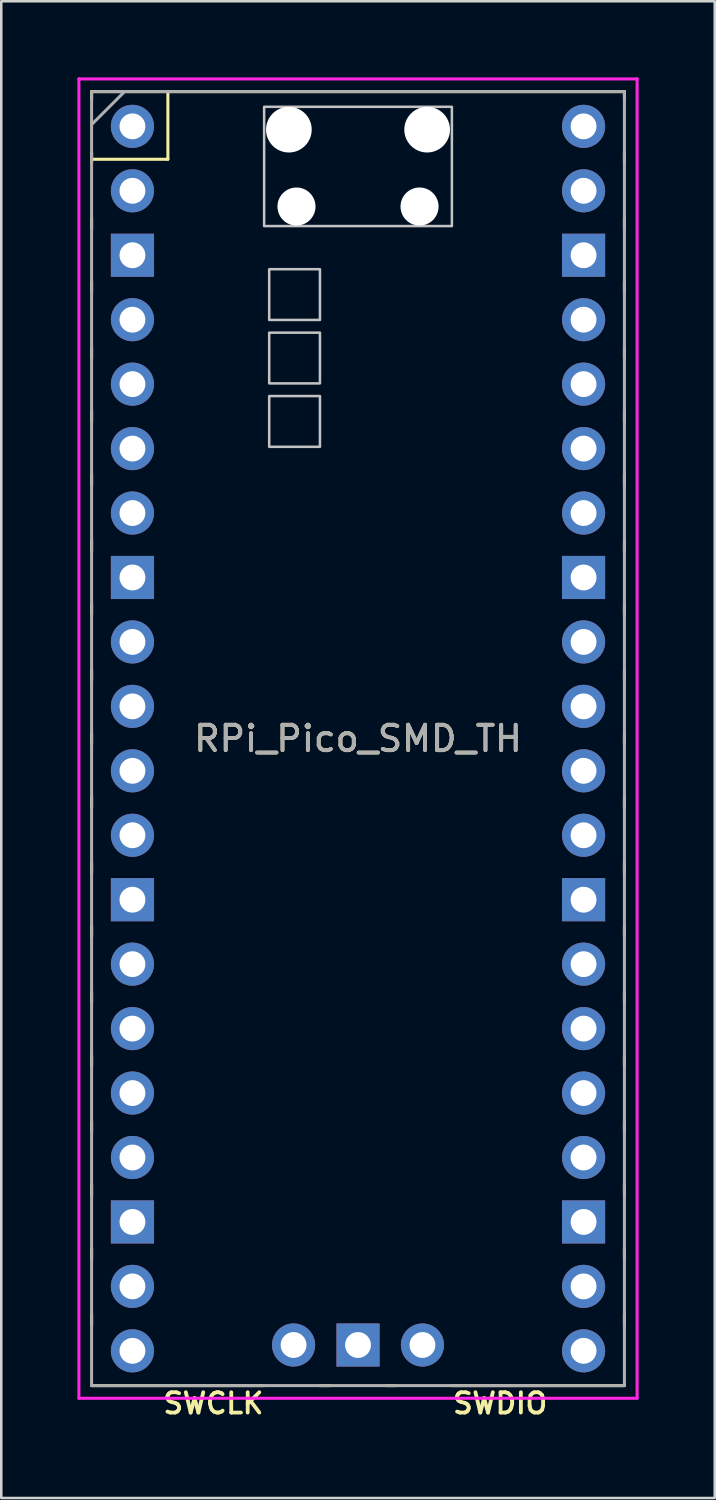
<source format=kicad_pcb>
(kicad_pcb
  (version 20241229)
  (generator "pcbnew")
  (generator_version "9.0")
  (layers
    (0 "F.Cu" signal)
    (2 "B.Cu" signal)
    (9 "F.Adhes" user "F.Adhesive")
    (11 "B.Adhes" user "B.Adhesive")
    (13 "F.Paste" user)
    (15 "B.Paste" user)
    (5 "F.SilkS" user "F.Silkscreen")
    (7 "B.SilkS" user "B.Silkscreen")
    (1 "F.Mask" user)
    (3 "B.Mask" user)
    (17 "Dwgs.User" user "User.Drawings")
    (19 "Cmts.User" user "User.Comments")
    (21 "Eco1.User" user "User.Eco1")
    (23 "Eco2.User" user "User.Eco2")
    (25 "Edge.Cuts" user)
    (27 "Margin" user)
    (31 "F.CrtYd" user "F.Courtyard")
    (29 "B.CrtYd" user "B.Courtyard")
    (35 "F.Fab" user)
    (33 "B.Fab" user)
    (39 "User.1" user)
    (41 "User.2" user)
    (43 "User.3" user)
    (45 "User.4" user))
  (footprint "RPi_Pico_SMD_TH"
    (layer "F.Cu")
    (at 11.06 26.06)
    (property "Reference" "RPi_Pico_SMD_TH" (at 0 0 0) (layer "F.SilkS") (effects (font (size 1 1) (thickness 0.15))))
    (attr through_hole)
    (fp_line (start -10.5 -25.5) (end -10.5 -25.2) (stroke (width 0.12) (type solid)) (layer "F.SilkS"))
    (fp_line (start -10.5 -25.5) (end 10.5 -25.5) (stroke (width 0.12) (type solid)) (layer "F.SilkS"))
    (fp_line (start -10.5 -23.1) (end -10.5 -22.7) (stroke (width 0.12) (type solid)) (layer "F.SilkS"))
    (fp_line (start -10.5 -22.833) (end -7.493 -22.833) (stroke (width 0.12) (type solid)) (layer "F.SilkS"))
    (fp_line (start -10.5 -20.5) (end -10.5 -20.1) (stroke (width 0.12) (type solid)) (layer "F.SilkS"))
    (fp_line (start -10.5 -18) (end -10.5 -17.6) (stroke (width 0.12) (type solid)) (layer "F.SilkS"))
    (fp_line (start -10.5 -15.4) (end -10.5 -15) (stroke (width 0.12) (type solid)) (layer "F.SilkS"))
    (fp_line (start -10.5 -12.9) (end -10.5 -12.5) (stroke (width 0.12) (type solid)) (layer "F.SilkS"))
    (fp_line (start -10.5 -10.4) (end -10.5 -10) (stroke (width 0.12) (type solid)) (layer "F.SilkS"))
    (fp_line (start -10.5 -7.8) (end -10.5 -7.4) (stroke (width 0.12) (type solid)) (layer "F.SilkS"))
    (fp_line (start -10.5 -5.3) (end -10.5 -4.9) (stroke (width 0.12) (type solid)) (layer "F.SilkS"))
    (fp_line (start -10.5 -2.7) (end -10.5 -2.3) (stroke (width 0.12) (type solid)) (layer "F.SilkS"))
    (fp_line (start -10.5 -0.2) (end -10.5 0.2) (stroke (width 0.12) (type solid)) (layer "F.SilkS"))
    (fp_line (start -10.5 2.3) (end -10.5 2.7) (stroke (width 0.12) (type solid)) (layer "F.SilkS"))
    (fp_line (start -10.5 4.9) (end -10.5 5.3) (stroke (width 0.12) (type solid)) (layer "F.SilkS"))
    (fp_line (start -10.5 7.4) (end -10.5 7.8) (stroke (width 0.12) (type solid)) (layer "F.SilkS"))
    (fp_line (start -10.5 10) (end -10.5 10.4) (stroke (width 0.12) (type solid)) (layer "F.SilkS"))
    (fp_line (start -10.5 12.5) (end -10.5 12.9) (stroke (width 0.12) (type solid)) (layer "F.SilkS"))
    (fp_line (start -10.5 15.1) (end -10.5 15.5) (stroke (width 0.12) (type solid)) (layer "F.SilkS"))
    (fp_line (start -10.5 17.6) (end -10.5 18) (stroke (width 0.12) (type solid)) (layer "F.SilkS"))
    (fp_line (start -10.5 20.1) (end -10.5 20.5) (stroke (width 0.12) (type solid)) (layer "F.SilkS"))
    (fp_line (start -10.5 22.7) (end -10.5 23.1) (stroke (width 0.12) (type solid)) (layer "F.SilkS"))
    (fp_line (start -7.493 -22.833) (end -7.493 -25.5) (stroke (width 0.12) (type solid)) (layer "F.SilkS"))
    (fp_line (start -3.7 25.5) (end -10.5 25.5) (stroke (width 0.12) (type solid)) (layer "F.SilkS"))
    (fp_line (start -1.5 25.5) (end -1.1 25.5) (stroke (width 0.12) (type solid)) (layer "F.SilkS"))
    (fp_line (start 1.1 25.5) (end 1.5 25.5) (stroke (width 0.12) (type solid)) (layer "F.SilkS"))
    (fp_line (start 10.5 -25.5) (end 10.5 -25.2) (stroke (width 0.12) (type solid)) (layer "F.SilkS"))
    (fp_line (start 10.5 -23.1) (end 10.5 -22.7) (stroke (width 0.12) (type solid)) (layer "F.SilkS"))
    (fp_line (start 10.5 -20.5) (end 10.5 -20.1) (stroke (width 0.12) (type solid)) (layer "F.SilkS"))
    (fp_line (start 10.5 -18) (end 10.5 -17.6) (stroke (width 0.12) (type solid)) (layer "F.SilkS"))
    (fp_line (start 10.5 -15.4) (end 10.5 -15) (stroke (width 0.12) (type solid)) (layer "F.SilkS"))
    (fp_line (start 10.5 -12.9) (end 10.5 -12.5) (stroke (width 0.12) (type solid)) (layer "F.SilkS"))
    (fp_line (start 10.5 -10.4) (end 10.5 -10) (stroke (width 0.12) (type solid)) (layer "F.SilkS"))
    (fp_line (start 10.5 -7.8) (end 10.5 -7.4) (stroke (width 0.12) (type solid)) (layer "F.SilkS"))
    (fp_line (start 10.5 -5.3) (end 10.5 -4.9) (stroke (width 0.12) (type solid)) (layer "F.SilkS"))
    (fp_line (start 10.5 -2.7) (end 10.5 -2.3) (stroke (width 0.12) (type solid)) (layer "F.SilkS"))
    (fp_line (start 10.5 -0.2) (end 10.5 0.2) (stroke (width 0.12) (type solid)) (layer "F.SilkS"))
    (fp_line (start 10.5 2.3) (end 10.5 2.7) (stroke (width 0.12) (type solid)) (layer "F.SilkS"))
    (fp_line (start 10.5 4.9) (end 10.5 5.3) (stroke (width 0.12) (type solid)) (layer "F.SilkS"))
    (fp_line (start 10.5 7.4) (end 10.5 7.8) (stroke (width 0.12) (type solid)) (layer "F.SilkS"))
    (fp_line (start 10.5 10) (end 10.5 10.4) (stroke (width 0.12) (type solid)) (layer "F.SilkS"))
    (fp_line (start 10.5 12.5) (end 10.5 12.9) (stroke (width 0.12) (type solid)) (layer "F.SilkS"))
    (fp_line (start 10.5 15.1) (end 10.5 15.5) (stroke (width 0.12) (type solid)) (layer "F.SilkS"))
    (fp_line (start 10.5 17.6) (end 10.5 18) (stroke (width 0.12) (type solid)) (layer "F.SilkS"))
    (fp_line (start 10.5 20.1) (end 10.5 20.5) (stroke (width 0.12) (type solid)) (layer "F.SilkS"))
    (fp_line (start 10.5 22.7) (end 10.5 23.1) (stroke (width 0.12) (type solid)) (layer "F.SilkS"))
    (fp_line (start 10.5 25.5) (end 3.7 25.5) (stroke (width 0.12) (type solid)) (layer "F.SilkS"))
    (fp_poly (pts (xy -1.5 -16.5) (xy -3.5 -16.5) (xy -3.5 -18.5) (xy -1.5 -18.5)) (stroke (width 0.1) (type solid)) (fill no) (layer "Dwgs.User"))
    (fp_poly (pts (xy -1.5 -14) (xy -3.5 -14) (xy -3.5 -16) (xy -1.5 -16)) (stroke (width 0.1) (type solid)) (fill no) (layer "Dwgs.User"))
    (fp_poly (pts (xy -1.5 -11.5) (xy -3.5 -11.5) (xy -3.5 -13.5) (xy -1.5 -13.5)) (stroke (width 0.1) (type solid)) (fill no) (layer "Dwgs.User"))
    (fp_poly (pts (xy 3.7 -20.2) (xy -3.7 -20.2) (xy -3.7 -24.9) (xy 3.7 -24.9)) (stroke (width 0.1) (type solid)) (fill no) (layer "Dwgs.User"))
    (fp_line (start -11 -26) (end 11 -26) (stroke (width 0.12) (type solid)) (layer "F.CrtYd"))
    (fp_line (start -11 26) (end -11 -26) (stroke (width 0.12) (type solid)) (layer "F.CrtYd"))
    (fp_line (start 11 -26) (end 11 26) (stroke (width 0.12) (type solid)) (layer "F.CrtYd"))
    (fp_line (start 11 26) (end -11 26) (stroke (width 0.12) (type solid)) (layer "F.CrtYd"))
    (fp_line (start -10.5 -25.5) (end 10.5 -25.5) (stroke (width 0.12) (type solid)) (layer "F.Fab"))
    (fp_line (start -10.5 -24.2) (end -9.2 -25.5) (stroke (width 0.12) (type solid)) (layer "F.Fab"))
    (fp_line (start -10.5 25.5) (end -10.5 -25.5) (stroke (width 0.12) (type solid)) (layer "F.Fab"))
    (fp_line (start 10.5 -25.5) (end 10.5 25.5) (stroke (width 0.12) (type solid)) (layer "F.Fab"))
    (fp_line (start 10.5 25.5) (end -10.5 25.5) (stroke (width 0.12) (type solid)) (layer "F.Fab"))
    (fp_text user "SWDIO" (at 5.6 26.2 0) (layer "F.SilkS") (effects (font (size 0.8 0.8) (thickness 0.15))))
    (fp_text user "SWCLK" (at -5.7 26.2 0) (layer "F.SilkS") (effects (font (size 0.8 0.8) (thickness 0.15))))
    (fp_text user "${REFERENCE}" (at 0 0 180) (layer "F.Fab") (effects (font (size 1 1) (thickness 0.15))))
    (pad "" np_thru_hole oval (at -2.725 -24) (size 1.8 1.8) (drill 1.8) (layers "*.Cu" "*.Mask"))
    (pad "" np_thru_hole oval (at -2.425 -20.97) (size 1.5 1.5) (drill 1.5) (layers "*.Cu" "*.Mask"))
    (pad "" np_thru_hole oval (at 2.425 -20.97) (size 1.5 1.5) (drill 1.5) (layers "*.Cu" "*.Mask"))
    (pad "" np_thru_hole oval (at 2.725 -24) (size 1.8 1.8) (drill 1.8) (layers "*.Cu" "*.Mask"))
    (pad "1" thru_hole oval (at -8.89 -24.13) (size 1.7 1.7) (drill 1.02) (layers "*.Cu" "*.Mask"))
    (pad "2" thru_hole oval (at -8.89 -21.59) (size 1.7 1.7) (drill 1.02) (layers "*.Cu" "*.Mask"))
    (pad "3" thru_hole rect (at -8.89 -19.05) (size 1.7 1.7) (drill 1.02) (layers "*.Cu" "*.Mask"))
    (pad "4" thru_hole oval (at -8.89 -16.51) (size 1.7 1.7) (drill 1.02) (layers "*.Cu" "*.Mask"))
    (pad "5" thru_hole oval (at -8.89 -13.97) (size 1.7 1.7) (drill 1.02) (layers "*.Cu" "*.Mask"))
    (pad "6" thru_hole oval (at -8.89 -11.43) (size 1.7 1.7) (drill 1.02) (layers "*.Cu" "*.Mask"))
    (pad "7" thru_hole oval (at -8.89 -8.89) (size 1.7 1.7) (drill 1.02) (layers "*.Cu" "*.Mask"))
    (pad "8" thru_hole rect (at -8.89 -6.35) (size 1.7 1.7) (drill 1.02) (layers "*.Cu" "*.Mask"))
    (pad "9" thru_hole oval (at -8.89 -3.81) (size 1.7 1.7) (drill 1.02) (layers "*.Cu" "*.Mask"))
    (pad "10" thru_hole oval (at -8.89 -1.27) (size 1.7 1.7) (drill 1.02) (layers "*.Cu" "*.Mask"))
    (pad "11" thru_hole oval (at -8.89 1.27) (size 1.7 1.7) (drill 1.02) (layers "*.Cu" "*.Mask"))
    (pad "12" thru_hole oval (at -8.89 3.81) (size 1.7 1.7) (drill 1.02) (layers "*.Cu" "*.Mask"))
    (pad "13" thru_hole rect (at -8.89 6.35) (size 1.7 1.7) (drill 1.02) (layers "*.Cu" "*.Mask"))
    (pad "14" thru_hole oval (at -8.89 8.89) (size 1.7 1.7) (drill 1.02) (layers "*.Cu" "*.Mask"))
    (pad "15" thru_hole oval (at -8.89 11.43) (size 1.7 1.7) (drill 1.02) (layers "*.Cu" "*.Mask"))
    (pad "16" thru_hole oval (at -8.89 13.97) (size 1.7 1.7) (drill 1.02) (layers "*.Cu" "*.Mask"))
    (pad "17" thru_hole oval (at -8.89 16.51) (size 1.7 1.7) (drill 1.02) (layers "*.Cu" "*.Mask"))
    (pad "18" thru_hole rect (at -8.89 19.05) (size 1.7 1.7) (drill 1.02) (layers "*.Cu" "*.Mask"))
    (pad "19" thru_hole oval (at -8.89 21.59) (size 1.7 1.7) (drill 1.02) (layers "*.Cu" "*.Mask"))
    (pad "20" thru_hole oval (at -8.89 24.13) (size 1.7 1.7) (drill 1.02) (layers "*.Cu" "*.Mask"))
    (pad "21" thru_hole oval (at 8.89 24.13) (size 1.7 1.7) (drill 1.02) (layers "*.Cu" "*.Mask"))
    (pad "22" thru_hole oval (at 8.89 21.59) (size 1.7 1.7) (drill 1.02) (layers "*.Cu" "*.Mask"))
    (pad "23" thru_hole rect (at 8.89 19.05) (size 1.7 1.7) (drill 1.02) (layers "*.Cu" "*.Mask"))
    (pad "24" thru_hole oval (at 8.89 16.51) (size 1.7 1.7) (drill 1.02) (layers "*.Cu" "*.Mask"))
    (pad "25" thru_hole oval (at 8.89 13.97) (size 1.7 1.7) (drill 1.02) (layers "*.Cu" "*.Mask"))
    (pad "26" thru_hole oval (at 8.89 11.43) (size 1.7 1.7) (drill 1.02) (layers "*.Cu" "*.Mask"))
    (pad "27" thru_hole oval (at 8.89 8.89) (size 1.7 1.7) (drill 1.02) (layers "*.Cu" "*.Mask"))
    (pad "28" thru_hole rect (at 8.89 6.35) (size 1.7 1.7) (drill 1.02) (layers "*.Cu" "*.Mask"))
    (pad "29" thru_hole oval (at 8.89 3.81) (size 1.7 1.7) (drill 1.02) (layers "*.Cu" "*.Mask"))
    (pad "30" thru_hole oval (at 8.89 1.27) (size 1.7 1.7) (drill 1.02) (layers "*.Cu" "*.Mask"))
    (pad "31" thru_hole oval (at 8.89 -1.27) (size 1.7 1.7) (drill 1.02) (layers "*.Cu" "*.Mask"))
    (pad "32" thru_hole oval (at 8.89 -3.81) (size 1.7 1.7) (drill 1.02) (layers "*.Cu" "*.Mask"))
    (pad "33" thru_hole rect (at 8.89 -6.35) (size 1.7 1.7) (drill 1.02) (layers "*.Cu" "*.Mask"))
    (pad "34" thru_hole oval (at 8.89 -8.89) (size 1.7 1.7) (drill 1.02) (layers "*.Cu" "*.Mask"))
    (pad "35" thru_hole oval (at 8.89 -11.43) (size 1.7 1.7) (drill 1.02) (layers "*.Cu" "*.Mask"))
    (pad "36" thru_hole oval (at 8.89 -13.97) (size 1.7 1.7) (drill 1.02) (layers "*.Cu" "*.Mask"))
    (pad "37" thru_hole oval (at 8.89 -16.51) (size 1.7 1.7) (drill 1.02) (layers "*.Cu" "*.Mask"))
    (pad "38" thru_hole rect (at 8.89 -19.05) (size 1.7 1.7) (drill 1.02) (layers "*.Cu" "*.Mask"))
    (pad "39" thru_hole oval (at 8.89 -21.59) (size 1.7 1.7) (drill 1.02) (layers "*.Cu" "*.Mask"))
    (pad "40" thru_hole oval (at 8.89 -24.13) (size 1.7 1.7) (drill 1.02) (layers "*.Cu" "*.Mask"))
    (pad "41" thru_hole oval (at -2.54 23.9) (size 1.7 1.7) (drill 1.02) (layers "*.Cu" "*.Mask"))
    (pad "42" thru_hole rect (at 0 23.9) (size 1.7 1.7) (drill 1.02) (layers "*.Cu" "*.Mask"))
    (pad "43" thru_hole oval (at 2.54 23.9) (size 1.7 1.7) (drill 1.02) (layers "*.Cu" "*.Mask")))
  (gr_rect
    (start -3 -3)
    (end 25.12 55.991)
    (stroke (width 0.1) (type default))
    (fill no)
    (layer "Edge.Cuts")))
</source>
